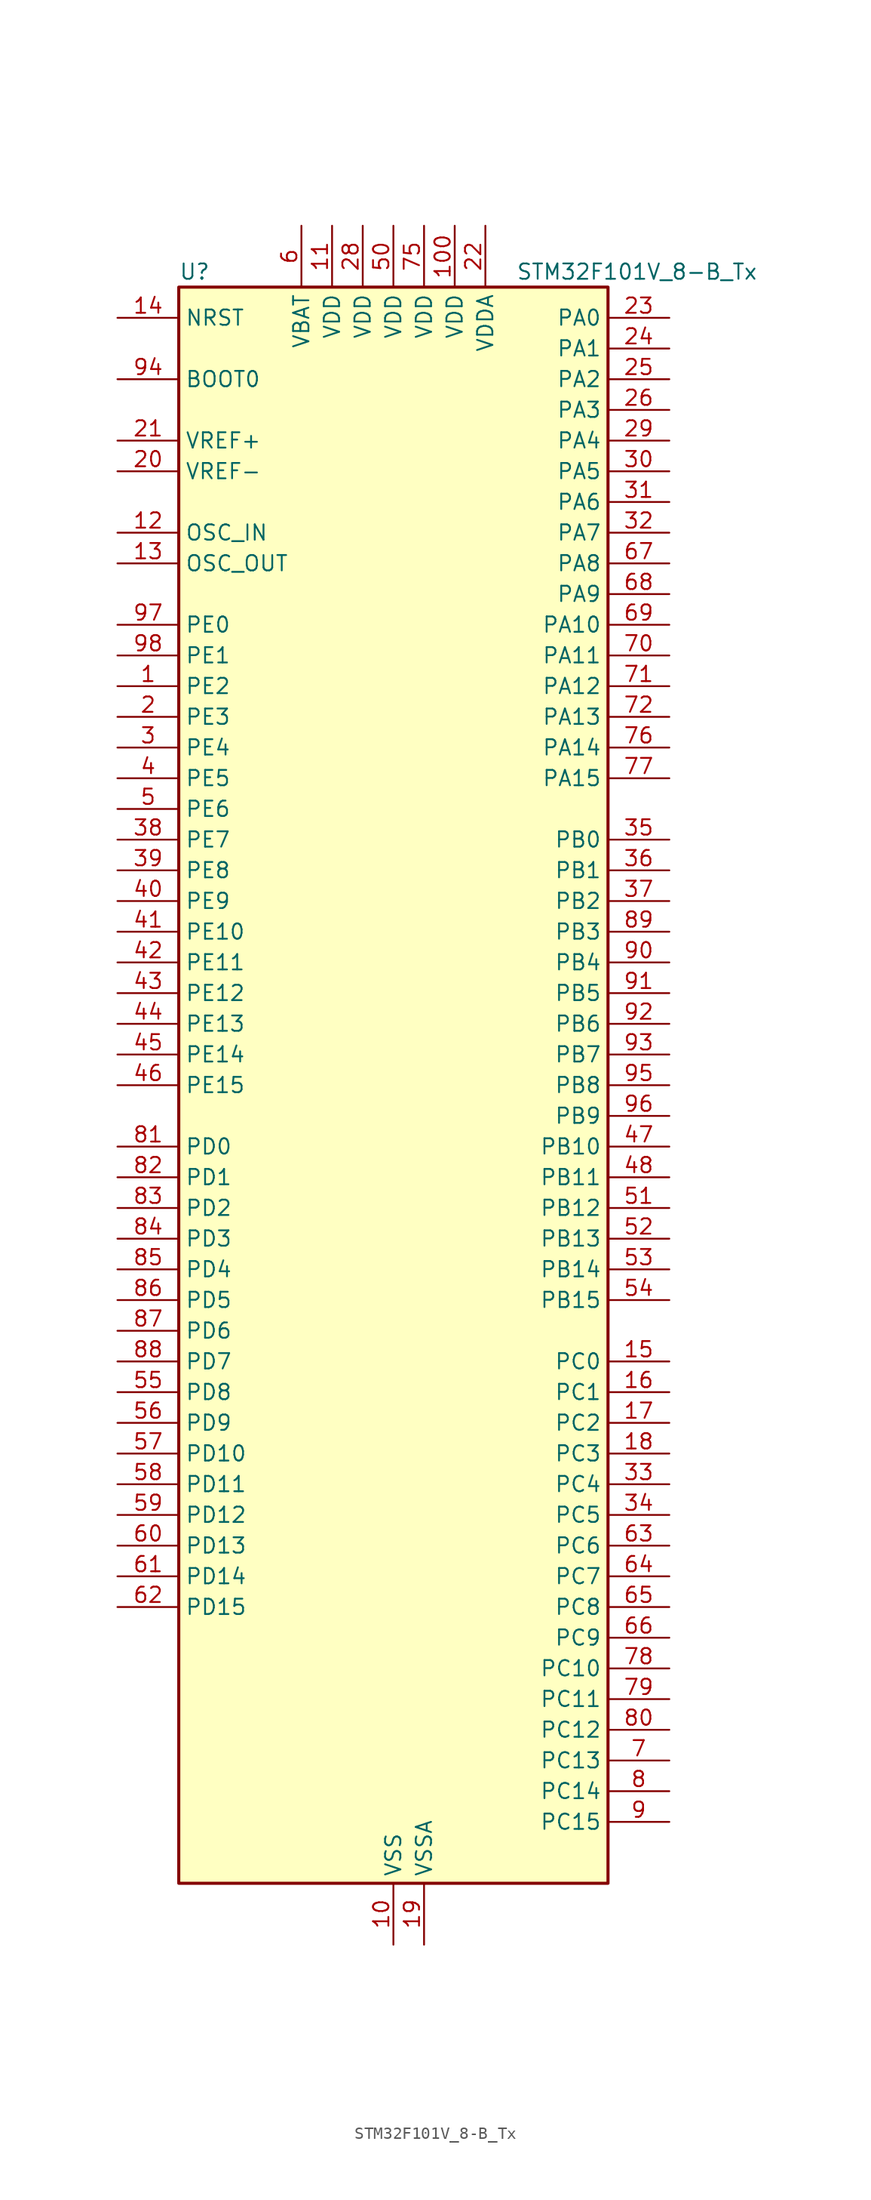
<source format=kicad_sym>
(kicad_symbol_lib
  (version 20231120)
  (generator "kicad_symbol_editor")
  (generator_version "8.0")
  (symbol "STM32F101V_8-B_Tx"
    (property "Reference" "U"
      (at -17.78 67.31 0)
      (effects (font (size 1.27 1.27)) (justify left)))
    (property "Value" "STM32F101V_8-B_Tx"
      (at 10.16 67.31 0)
      (effects (font (size 1.27 1.27)) (justify left)))
    (property "ki_locked" ""
      (at 0 0 0)
      (effects (font (size 1.27 1.27))))
    (symbol "STM32F101V_8-B_Tx_0_1"
      (rectangle (start -17.78 -66.04) (end 17.78 66.04) (stroke (width 0.254) (type default)) (fill (type background))))
    (symbol "STM32F101V_8-B_Tx_1_1"
      (pin bidirectional line (at -22.86 33.02 0) (length 5.08) (name "PE2" (effects (font (size 1.27 1.27)))) (number "1" (effects (font (size 1.27 1.27)))) (alternate "SYS_TRACECLK" bidirectional line))
      (pin power_in line (at 0 -71.12 90) (length 5.08) (name "VSS" (effects (font (size 1.27 1.27)))) (number "10" (effects (font (size 1.27 1.27)))))
      (pin power_in line (at 5.08 71.12 270) (length 5.08) (name "VDD" (effects (font (size 1.27 1.27)))) (number "100" (effects (font (size 1.27 1.27)))))
      (pin power_in line (at -5.08 71.12 270) (length 5.08) (name "VDD" (effects (font (size 1.27 1.27)))) (number "11" (effects (font (size 1.27 1.27)))))
      (pin input line (at -22.86 45.72 0) (length 5.08) (name "OSC_IN" (effects (font (size 1.27 1.27)))) (number "12" (effects (font (size 1.27 1.27)))) (alternate "RCC_OSC_IN" bidirectional line))
      (pin input line (at -22.86 43.18 0) (length 5.08) (name "OSC_OUT" (effects (font (size 1.27 1.27)))) (number "13" (effects (font (size 1.27 1.27)))) (alternate "RCC_OSC_OUT" bidirectional line))
      (pin input line (at -22.86 63.5 0) (length 5.08) (name "NRST" (effects (font (size 1.27 1.27)))) (number "14" (effects (font (size 1.27 1.27)))))
      (pin bidirectional line (at 22.86 -22.86 180) (length 5.08) (name "PC0" (effects (font (size 1.27 1.27)))) (number "15" (effects (font (size 1.27 1.27)))) (alternate "ADC1_IN10" bidirectional line))
      (pin bidirectional line (at 22.86 -25.4 180) (length 5.08) (name "PC1" (effects (font (size 1.27 1.27)))) (number "16" (effects (font (size 1.27 1.27)))) (alternate "ADC1_IN11" bidirectional line))
      (pin bidirectional line (at 22.86 -27.94 180) (length 5.08) (name "PC2" (effects (font (size 1.27 1.27)))) (number "17" (effects (font (size 1.27 1.27)))) (alternate "ADC1_IN12" bidirectional line))
      (pin bidirectional line (at 22.86 -30.48 180) (length 5.08) (name "PC3" (effects (font (size 1.27 1.27)))) (number "18" (effects (font (size 1.27 1.27)))) (alternate "ADC1_IN13" bidirectional line))
      (pin power_in line (at 2.54 -71.12 90) (length 5.08) (name "VSSA" (effects (font (size 1.27 1.27)))) (number "19" (effects (font (size 1.27 1.27)))))
      (pin bidirectional line (at -22.86 30.48 0) (length 5.08) (name "PE3" (effects (font (size 1.27 1.27)))) (number "2" (effects (font (size 1.27 1.27)))) (alternate "SYS_TRACED0" bidirectional line))
      (pin input line (at -22.86 50.8 0) (length 5.08) (name "VREF-" (effects (font (size 1.27 1.27)))) (number "20" (effects (font (size 1.27 1.27)))))
      (pin input line (at -22.86 53.34 0) (length 5.08) (name "VREF+" (effects (font (size 1.27 1.27)))) (number "21" (effects (font (size 1.27 1.27)))))
      (pin power_in line (at 7.62 71.12 270) (length 5.08) (name "VDDA" (effects (font (size 1.27 1.27)))) (number "22" (effects (font (size 1.27 1.27)))))
      (pin bidirectional line (at 22.86 63.5 180) (length 5.08) (name "PA0" (effects (font (size 1.27 1.27)))) (number "23" (effects (font (size 1.27 1.27)))) (alternate "ADC1_IN0" bidirectional line) (alternate "SYS_WKUP" bidirectional line) (alternate "TIM2_CH1" bidirectional line) (alternate "TIM2_ETR" bidirectional line) (alternate "USART2_CTS" bidirectional line))
      (pin bidirectional line (at 22.86 60.96 180) (length 5.08) (name "PA1" (effects (font (size 1.27 1.27)))) (number "24" (effects (font (size 1.27 1.27)))) (alternate "ADC1_IN1" bidirectional line) (alternate "TIM2_CH2" bidirectional line) (alternate "USART2_RTS" bidirectional line))
      (pin bidirectional line (at 22.86 58.42 180) (length 5.08) (name "PA2" (effects (font (size 1.27 1.27)))) (number "25" (effects (font (size 1.27 1.27)))) (alternate "ADC1_IN2" bidirectional line) (alternate "TIM2_CH3" bidirectional line) (alternate "USART2_TX" bidirectional line))
      (pin bidirectional line (at 22.86 55.88 180) (length 5.08) (name "PA3" (effects (font (size 1.27 1.27)))) (number "26" (effects (font (size 1.27 1.27)))) (alternate "ADC1_IN3" bidirectional line) (alternate "TIM2_CH4" bidirectional line) (alternate "USART2_RX" bidirectional line))
      (pin passive line (at 0 -71.12 90) (length 5.08) hide (name "VSS" (effects (font (size 1.27 1.27)))) (number "27" (effects (font (size 1.27 1.27)))))
      (pin power_in line (at -2.54 71.12 270) (length 5.08) (name "VDD" (effects (font (size 1.27 1.27)))) (number "28" (effects (font (size 1.27 1.27)))))
      (pin bidirectional line (at 22.86 53.34 180) (length 5.08) (name "PA4" (effects (font (size 1.27 1.27)))) (number "29" (effects (font (size 1.27 1.27)))) (alternate "ADC1_IN4" bidirectional line) (alternate "SPI1_NSS" bidirectional line) (alternate "USART2_CK" bidirectional line))
      (pin bidirectional line (at -22.86 27.94 0) (length 5.08) (name "PE4" (effects (font (size 1.27 1.27)))) (number "3" (effects (font (size 1.27 1.27)))) (alternate "SYS_TRACED1" bidirectional line))
      (pin bidirectional line (at 22.86 50.8 180) (length 5.08) (name "PA5" (effects (font (size 1.27 1.27)))) (number "30" (effects (font (size 1.27 1.27)))) (alternate "ADC1_IN5" bidirectional line) (alternate "SPI1_SCK" bidirectional line))
      (pin bidirectional line (at 22.86 48.26 180) (length 5.08) (name "PA6" (effects (font (size 1.27 1.27)))) (number "31" (effects (font (size 1.27 1.27)))) (alternate "ADC1_IN6" bidirectional line) (alternate "SPI1_MISO" bidirectional line) (alternate "TIM3_CH1" bidirectional line))
      (pin bidirectional line (at 22.86 45.72 180) (length 5.08) (name "PA7" (effects (font (size 1.27 1.27)))) (number "32" (effects (font (size 1.27 1.27)))) (alternate "ADC1_IN7" bidirectional line) (alternate "SPI1_MOSI" bidirectional line) (alternate "TIM3_CH2" bidirectional line))
      (pin bidirectional line (at 22.86 -33.02 180) (length 5.08) (name "PC4" (effects (font (size 1.27 1.27)))) (number "33" (effects (font (size 1.27 1.27)))) (alternate "ADC1_IN14" bidirectional line))
      (pin bidirectional line (at 22.86 -35.56 180) (length 5.08) (name "PC5" (effects (font (size 1.27 1.27)))) (number "34" (effects (font (size 1.27 1.27)))) (alternate "ADC1_IN15" bidirectional line))
      (pin bidirectional line (at 22.86 20.32 180) (length 5.08) (name "PB0" (effects (font (size 1.27 1.27)))) (number "35" (effects (font (size 1.27 1.27)))) (alternate "ADC1_IN8" bidirectional line) (alternate "TIM3_CH3" bidirectional line))
      (pin bidirectional line (at 22.86 17.78 180) (length 5.08) (name "PB1" (effects (font (size 1.27 1.27)))) (number "36" (effects (font (size 1.27 1.27)))) (alternate "ADC1_IN9" bidirectional line) (alternate "TIM3_CH4" bidirectional line))
      (pin bidirectional line (at 22.86 15.24 180) (length 5.08) (name "PB2" (effects (font (size 1.27 1.27)))) (number "37" (effects (font (size 1.27 1.27)))))
      (pin bidirectional line (at -22.86 20.32 0) (length 5.08) (name "PE7" (effects (font (size 1.27 1.27)))) (number "38" (effects (font (size 1.27 1.27)))))
      (pin bidirectional line (at -22.86 17.78 0) (length 5.08) (name "PE8" (effects (font (size 1.27 1.27)))) (number "39" (effects (font (size 1.27 1.27)))))
      (pin bidirectional line (at -22.86 25.4 0) (length 5.08) (name "PE5" (effects (font (size 1.27 1.27)))) (number "4" (effects (font (size 1.27 1.27)))) (alternate "SYS_TRACED2" bidirectional line))
      (pin bidirectional line (at -22.86 15.24 0) (length 5.08) (name "PE9" (effects (font (size 1.27 1.27)))) (number "40" (effects (font (size 1.27 1.27)))))
      (pin bidirectional line (at -22.86 12.7 0) (length 5.08) (name "PE10" (effects (font (size 1.27 1.27)))) (number "41" (effects (font (size 1.27 1.27)))))
      (pin bidirectional line (at -22.86 10.16 0) (length 5.08) (name "PE11" (effects (font (size 1.27 1.27)))) (number "42" (effects (font (size 1.27 1.27)))) (alternate "ADC1_EXTI11" bidirectional line))
      (pin bidirectional line (at -22.86 7.62 0) (length 5.08) (name "PE12" (effects (font (size 1.27 1.27)))) (number "43" (effects (font (size 1.27 1.27)))))
      (pin bidirectional line (at -22.86 5.08 0) (length 5.08) (name "PE13" (effects (font (size 1.27 1.27)))) (number "44" (effects (font (size 1.27 1.27)))))
      (pin bidirectional line (at -22.86 2.54 0) (length 5.08) (name "PE14" (effects (font (size 1.27 1.27)))) (number "45" (effects (font (size 1.27 1.27)))))
      (pin bidirectional line (at -22.86 0 0) (length 5.08) (name "PE15" (effects (font (size 1.27 1.27)))) (number "46" (effects (font (size 1.27 1.27)))) (alternate "ADC1_EXTI15" bidirectional line))
      (pin bidirectional line (at 22.86 -5.08 180) (length 5.08) (name "PB10" (effects (font (size 1.27 1.27)))) (number "47" (effects (font (size 1.27 1.27)))) (alternate "I2C2_SCL" bidirectional line) (alternate "TIM2_CH3" bidirectional line) (alternate "USART3_TX" bidirectional line))
      (pin bidirectional line (at 22.86 -7.62 180) (length 5.08) (name "PB11" (effects (font (size 1.27 1.27)))) (number "48" (effects (font (size 1.27 1.27)))) (alternate "ADC1_EXTI11" bidirectional line) (alternate "I2C2_SDA" bidirectional line) (alternate "TIM2_CH4" bidirectional line) (alternate "USART3_RX" bidirectional line))
      (pin passive line (at 0 -71.12 90) (length 5.08) hide (name "VSS" (effects (font (size 1.27 1.27)))) (number "49" (effects (font (size 1.27 1.27)))))
      (pin bidirectional line (at -22.86 22.86 0) (length 5.08) (name "PE6" (effects (font (size 1.27 1.27)))) (number "5" (effects (font (size 1.27 1.27)))) (alternate "SYS_TRACED3" bidirectional line))
      (pin power_in line (at 0 71.12 270) (length 5.08) (name "VDD" (effects (font (size 1.27 1.27)))) (number "50" (effects (font (size 1.27 1.27)))))
      (pin bidirectional line (at 22.86 -10.16 180) (length 5.08) (name "PB12" (effects (font (size 1.27 1.27)))) (number "51" (effects (font (size 1.27 1.27)))) (alternate "I2C2_SMBA" bidirectional line) (alternate "SPI2_NSS" bidirectional line) (alternate "USART3_CK" bidirectional line))
      (pin bidirectional line (at 22.86 -12.7 180) (length 5.08) (name "PB13" (effects (font (size 1.27 1.27)))) (number "52" (effects (font (size 1.27 1.27)))) (alternate "SPI2_SCK" bidirectional line) (alternate "USART3_CTS" bidirectional line))
      (pin bidirectional line (at 22.86 -15.24 180) (length 5.08) (name "PB14" (effects (font (size 1.27 1.27)))) (number "53" (effects (font (size 1.27 1.27)))) (alternate "SPI2_MISO" bidirectional line) (alternate "USART3_RTS" bidirectional line))
      (pin bidirectional line (at 22.86 -17.78 180) (length 5.08) (name "PB15" (effects (font (size 1.27 1.27)))) (number "54" (effects (font (size 1.27 1.27)))) (alternate "ADC1_EXTI15" bidirectional line) (alternate "SPI2_MOSI" bidirectional line))
      (pin bidirectional line (at -22.86 -25.4 0) (length 5.08) (name "PD8" (effects (font (size 1.27 1.27)))) (number "55" (effects (font (size 1.27 1.27)))) (alternate "USART3_TX" bidirectional line))
      (pin bidirectional line (at -22.86 -27.94 0) (length 5.08) (name "PD9" (effects (font (size 1.27 1.27)))) (number "56" (effects (font (size 1.27 1.27)))) (alternate "USART3_RX" bidirectional line))
      (pin bidirectional line (at -22.86 -30.48 0) (length 5.08) (name "PD10" (effects (font (size 1.27 1.27)))) (number "57" (effects (font (size 1.27 1.27)))) (alternate "USART3_CK" bidirectional line))
      (pin bidirectional line (at -22.86 -33.02 0) (length 5.08) (name "PD11" (effects (font (size 1.27 1.27)))) (number "58" (effects (font (size 1.27 1.27)))) (alternate "ADC1_EXTI11" bidirectional line) (alternate "USART3_CTS" bidirectional line))
      (pin bidirectional line (at -22.86 -35.56 0) (length 5.08) (name "PD12" (effects (font (size 1.27 1.27)))) (number "59" (effects (font (size 1.27 1.27)))) (alternate "TIM4_CH1" bidirectional line) (alternate "USART3_RTS" bidirectional line))
      (pin power_in line (at -7.62 71.12 270) (length 5.08) (name "VBAT" (effects (font (size 1.27 1.27)))) (number "6" (effects (font (size 1.27 1.27)))))
      (pin bidirectional line (at -22.86 -38.1 0) (length 5.08) (name "PD13" (effects (font (size 1.27 1.27)))) (number "60" (effects (font (size 1.27 1.27)))) (alternate "TIM4_CH2" bidirectional line))
      (pin bidirectional line (at -22.86 -40.64 0) (length 5.08) (name "PD14" (effects (font (size 1.27 1.27)))) (number "61" (effects (font (size 1.27 1.27)))) (alternate "TIM4_CH3" bidirectional line))
      (pin bidirectional line (at -22.86 -43.18 0) (length 5.08) (name "PD15" (effects (font (size 1.27 1.27)))) (number "62" (effects (font (size 1.27 1.27)))) (alternate "ADC1_EXTI15" bidirectional line) (alternate "TIM4_CH4" bidirectional line))
      (pin bidirectional line (at 22.86 -38.1 180) (length 5.08) (name "PC6" (effects (font (size 1.27 1.27)))) (number "63" (effects (font (size 1.27 1.27)))) (alternate "TIM3_CH1" bidirectional line))
      (pin bidirectional line (at 22.86 -40.64 180) (length 5.08) (name "PC7" (effects (font (size 1.27 1.27)))) (number "64" (effects (font (size 1.27 1.27)))) (alternate "TIM3_CH2" bidirectional line))
      (pin bidirectional line (at 22.86 -43.18 180) (length 5.08) (name "PC8" (effects (font (size 1.27 1.27)))) (number "65" (effects (font (size 1.27 1.27)))) (alternate "TIM3_CH3" bidirectional line))
      (pin bidirectional line (at 22.86 -45.72 180) (length 5.08) (name "PC9" (effects (font (size 1.27 1.27)))) (number "66" (effects (font (size 1.27 1.27)))) (alternate "TIM3_CH4" bidirectional line))
      (pin bidirectional line (at 22.86 43.18 180) (length 5.08) (name "PA8" (effects (font (size 1.27 1.27)))) (number "67" (effects (font (size 1.27 1.27)))) (alternate "RCC_MCO" bidirectional line) (alternate "USART1_CK" bidirectional line))
      (pin bidirectional line (at 22.86 40.64 180) (length 5.08) (name "PA9" (effects (font (size 1.27 1.27)))) (number "68" (effects (font (size 1.27 1.27)))) (alternate "USART1_TX" bidirectional line))
      (pin bidirectional line (at 22.86 38.1 180) (length 5.08) (name "PA10" (effects (font (size 1.27 1.27)))) (number "69" (effects (font (size 1.27 1.27)))) (alternate "USART1_RX" bidirectional line))
      (pin bidirectional line (at 22.86 -55.88 180) (length 5.08) (name "PC13" (effects (font (size 1.27 1.27)))) (number "7" (effects (font (size 1.27 1.27)))) (alternate "RTC_OUT" bidirectional line) (alternate "RTC_TAMPER" bidirectional line))
      (pin bidirectional line (at 22.86 35.56 180) (length 5.08) (name "PA11" (effects (font (size 1.27 1.27)))) (number "70" (effects (font (size 1.27 1.27)))) (alternate "ADC1_EXTI11" bidirectional line) (alternate "USART1_CTS" bidirectional line))
      (pin bidirectional line (at 22.86 33.02 180) (length 5.08) (name "PA12" (effects (font (size 1.27 1.27)))) (number "71" (effects (font (size 1.27 1.27)))) (alternate "USART1_RTS" bidirectional line))
      (pin bidirectional line (at 22.86 30.48 180) (length 5.08) (name "PA13" (effects (font (size 1.27 1.27)))) (number "72" (effects (font (size 1.27 1.27)))) (alternate "SYS_JTMS-SWDIO" bidirectional line))
      (pin no_connect line (at -17.78 -66.04 0) (length 5.08) hide (name "NC" (effects (font (size 1.27 1.27)))) (number "73" (effects (font (size 1.27 1.27)))))
      (pin passive line (at 0 -71.12 90) (length 5.08) hide (name "VSS" (effects (font (size 1.27 1.27)))) (number "74" (effects (font (size 1.27 1.27)))))
      (pin power_in line (at 2.54 71.12 270) (length 5.08) (name "VDD" (effects (font (size 1.27 1.27)))) (number "75" (effects (font (size 1.27 1.27)))))
      (pin bidirectional line (at 22.86 27.94 180) (length 5.08) (name "PA14" (effects (font (size 1.27 1.27)))) (number "76" (effects (font (size 1.27 1.27)))) (alternate "SYS_JTCK-SWCLK" bidirectional line))
      (pin bidirectional line (at 22.86 25.4 180) (length 5.08) (name "PA15" (effects (font (size 1.27 1.27)))) (number "77" (effects (font (size 1.27 1.27)))) (alternate "ADC1_EXTI15" bidirectional line) (alternate "SPI1_NSS" bidirectional line) (alternate "SYS_JTDI" bidirectional line) (alternate "TIM2_CH1" bidirectional line) (alternate "TIM2_ETR" bidirectional line))
      (pin bidirectional line (at 22.86 -48.26 180) (length 5.08) (name "PC10" (effects (font (size 1.27 1.27)))) (number "78" (effects (font (size 1.27 1.27)))) (alternate "USART3_TX" bidirectional line))
      (pin bidirectional line (at 22.86 -50.8 180) (length 5.08) (name "PC11" (effects (font (size 1.27 1.27)))) (number "79" (effects (font (size 1.27 1.27)))) (alternate "ADC1_EXTI11" bidirectional line) (alternate "USART3_RX" bidirectional line))
      (pin bidirectional line (at 22.86 -58.42 180) (length 5.08) (name "PC14" (effects (font (size 1.27 1.27)))) (number "8" (effects (font (size 1.27 1.27)))) (alternate "RCC_OSC32_IN" bidirectional line))
      (pin bidirectional line (at 22.86 -53.34 180) (length 5.08) (name "PC12" (effects (font (size 1.27 1.27)))) (number "80" (effects (font (size 1.27 1.27)))) (alternate "USART3_CK" bidirectional line))
      (pin bidirectional line (at -22.86 -5.08 0) (length 5.08) (name "PD0" (effects (font (size 1.27 1.27)))) (number "81" (effects (font (size 1.27 1.27)))))
      (pin bidirectional line (at -22.86 -7.62 0) (length 5.08) (name "PD1" (effects (font (size 1.27 1.27)))) (number "82" (effects (font (size 1.27 1.27)))))
      (pin bidirectional line (at -22.86 -10.16 0) (length 5.08) (name "PD2" (effects (font (size 1.27 1.27)))) (number "83" (effects (font (size 1.27 1.27)))) (alternate "TIM3_ETR" bidirectional line))
      (pin bidirectional line (at -22.86 -12.7 0) (length 5.08) (name "PD3" (effects (font (size 1.27 1.27)))) (number "84" (effects (font (size 1.27 1.27)))) (alternate "USART2_CTS" bidirectional line))
      (pin bidirectional line (at -22.86 -15.24 0) (length 5.08) (name "PD4" (effects (font (size 1.27 1.27)))) (number "85" (effects (font (size 1.27 1.27)))) (alternate "USART2_RTS" bidirectional line))
      (pin bidirectional line (at -22.86 -17.78 0) (length 5.08) (name "PD5" (effects (font (size 1.27 1.27)))) (number "86" (effects (font (size 1.27 1.27)))) (alternate "USART2_TX" bidirectional line))
      (pin bidirectional line (at -22.86 -20.32 0) (length 5.08) (name "PD6" (effects (font (size 1.27 1.27)))) (number "87" (effects (font (size 1.27 1.27)))) (alternate "USART2_RX" bidirectional line))
      (pin bidirectional line (at -22.86 -22.86 0) (length 5.08) (name "PD7" (effects (font (size 1.27 1.27)))) (number "88" (effects (font (size 1.27 1.27)))) (alternate "USART2_CK" bidirectional line))
      (pin bidirectional line (at 22.86 12.7 180) (length 5.08) (name "PB3" (effects (font (size 1.27 1.27)))) (number "89" (effects (font (size 1.27 1.27)))) (alternate "SPI1_SCK" bidirectional line) (alternate "SYS_JTDO-TRACESWO" bidirectional line) (alternate "TIM2_CH2" bidirectional line))
      (pin bidirectional line (at 22.86 -60.96 180) (length 5.08) (name "PC15" (effects (font (size 1.27 1.27)))) (number "9" (effects (font (size 1.27 1.27)))) (alternate "ADC1_EXTI15" bidirectional line) (alternate "RCC_OSC32_OUT" bidirectional line))
      (pin bidirectional line (at 22.86 10.16 180) (length 5.08) (name "PB4" (effects (font (size 1.27 1.27)))) (number "90" (effects (font (size 1.27 1.27)))) (alternate "SPI1_MISO" bidirectional line) (alternate "SYS_NJTRST" bidirectional line) (alternate "TIM3_CH1" bidirectional line))
      (pin bidirectional line (at 22.86 7.62 180) (length 5.08) (name "PB5" (effects (font (size 1.27 1.27)))) (number "91" (effects (font (size 1.27 1.27)))) (alternate "I2C1_SMBA" bidirectional line) (alternate "SPI1_MOSI" bidirectional line) (alternate "TIM3_CH2" bidirectional line))
      (pin bidirectional line (at 22.86 5.08 180) (length 5.08) (name "PB6" (effects (font (size 1.27 1.27)))) (number "92" (effects (font (size 1.27 1.27)))) (alternate "I2C1_SCL" bidirectional line) (alternate "TIM4_CH1" bidirectional line) (alternate "USART1_TX" bidirectional line))
      (pin bidirectional line (at 22.86 2.54 180) (length 5.08) (name "PB7" (effects (font (size 1.27 1.27)))) (number "93" (effects (font (size 1.27 1.27)))) (alternate "I2C1_SDA" bidirectional line) (alternate "TIM4_CH2" bidirectional line) (alternate "USART1_RX" bidirectional line))
      (pin input line (at -22.86 58.42 0) (length 5.08) (name "BOOT0" (effects (font (size 1.27 1.27)))) (number "94" (effects (font (size 1.27 1.27)))))
      (pin bidirectional line (at 22.86 0 180) (length 5.08) (name "PB8" (effects (font (size 1.27 1.27)))) (number "95" (effects (font (size 1.27 1.27)))) (alternate "I2C1_SCL" bidirectional line) (alternate "TIM4_CH3" bidirectional line))
      (pin bidirectional line (at 22.86 -2.54 180) (length 5.08) (name "PB9" (effects (font (size 1.27 1.27)))) (number "96" (effects (font (size 1.27 1.27)))) (alternate "I2C1_SDA" bidirectional line) (alternate "TIM4_CH4" bidirectional line))
      (pin bidirectional line (at -22.86 38.1 0) (length 5.08) (name "PE0" (effects (font (size 1.27 1.27)))) (number "97" (effects (font (size 1.27 1.27)))) (alternate "TIM4_ETR" bidirectional line))
      (pin bidirectional line (at -22.86 35.56 0) (length 5.08) (name "PE1" (effects (font (size 1.27 1.27)))) (number "98" (effects (font (size 1.27 1.27)))))
      (pin passive line (at 0 -71.12 90) (length 5.08) hide (name "VSS" (effects (font (size 1.27 1.27)))) (number "99" (effects (font (size 1.27 1.27))))))))
</source>
